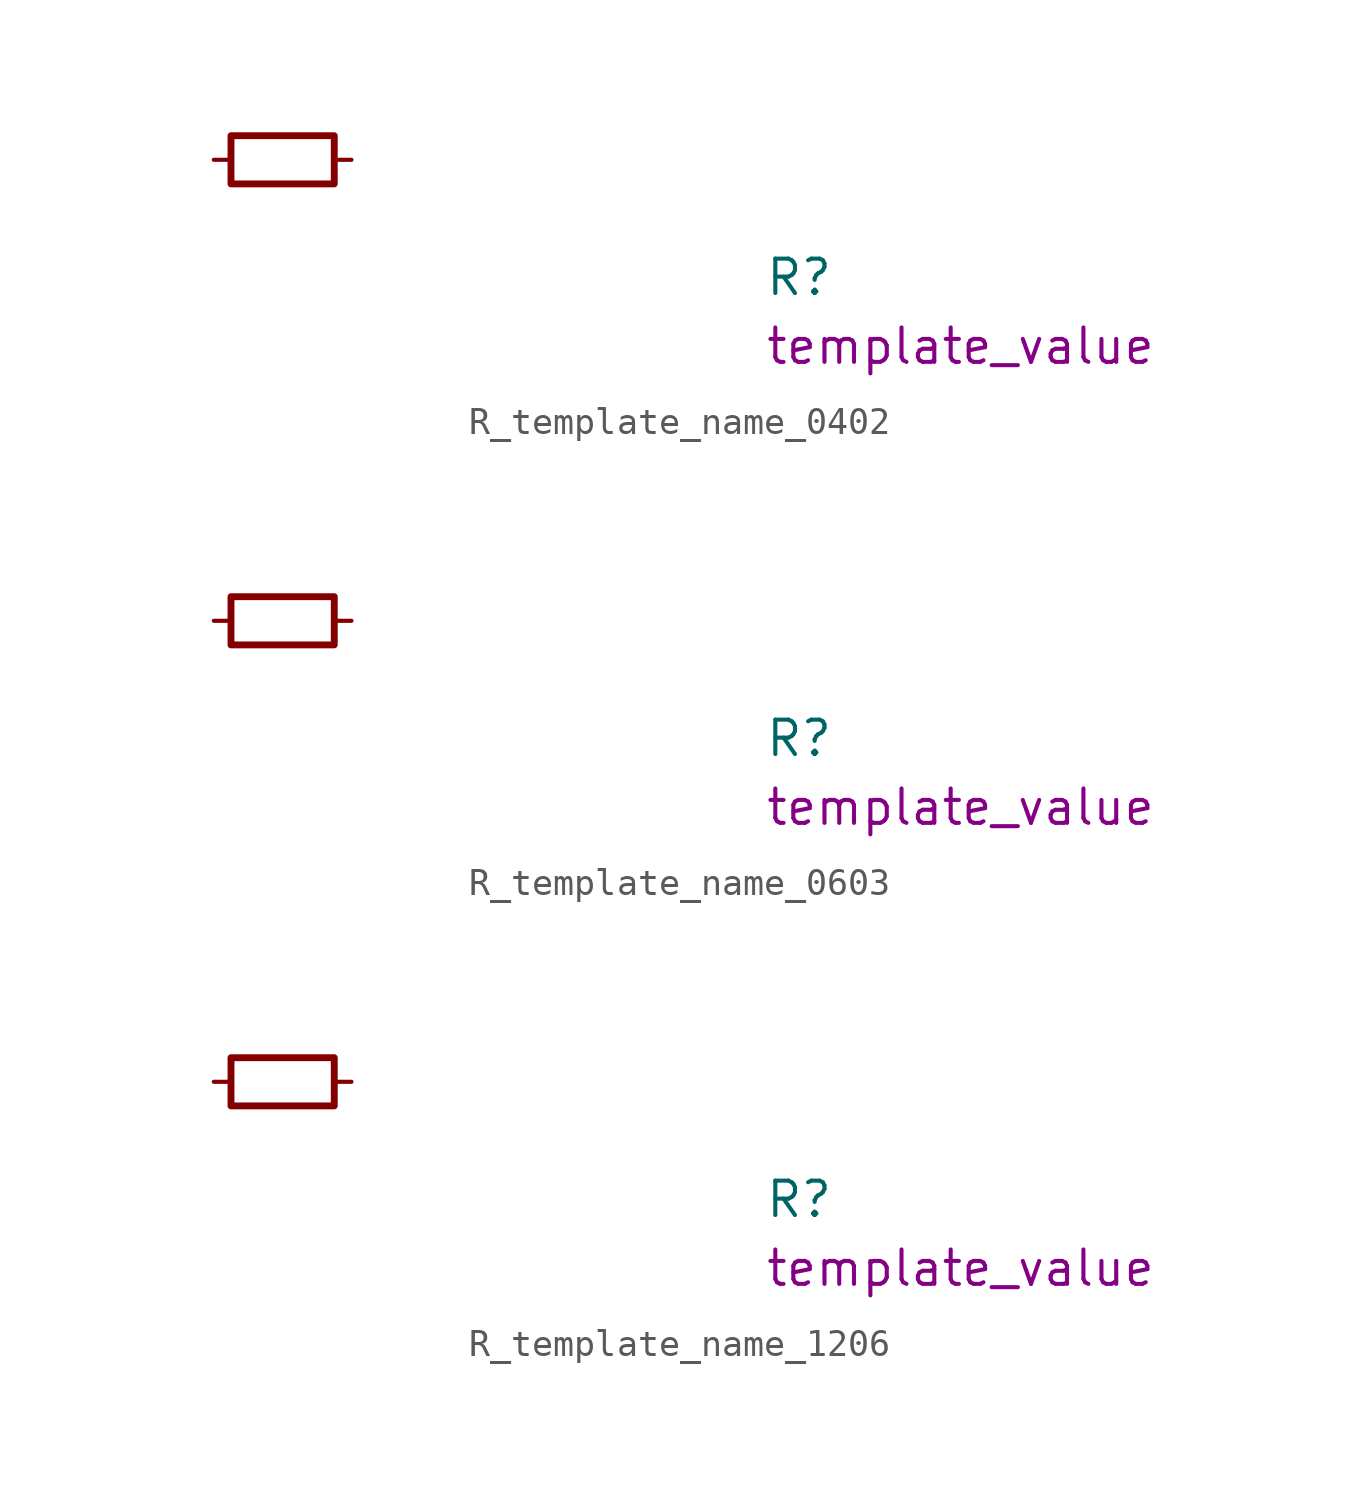
<source format=kicad_sym>
(kicad_symbol_lib
  (version 20211014)
  (generator kicad_symbol_editor)
  (symbol "R_template_name_0402"
    (pin_numbers hide)
    (pin_names hide)
    (property "Reference" "R"
      (at 20.32 -5.08 0)
      (effects (font (size 1.27 1.27) (thickness 0.15)) (justify left bottom)))
    (property "Val" "template_value"
      (at 20.32 -7.62 0)
      (effects (font (size 1.27 1.27) (thickness 0.15)) (justify left bottom)))
    (symbol "R_template_name_0402_0_1"
      (rectangle (start 0.635 0.889) (end 4.445 -0.889) (stroke (width 0.254) (type default) (color 0 0 0 0)) (fill (type none))))
    (symbol "R_template_name_0402_1_1"
      (pin passive line (at 0 0 0) (length 0.635) (name "~" (effects (font (size 1.27 1.27)))) (number "1" (effects (font (size 1.27 1.27)))))
      (pin passive line (at 5.08 0 180) (length 0.635) (name "~" (effects (font (size 1.27 1.27)))) (number "2" (effects (font (size 1.27 1.27)))))))
  (symbol "R_template_name_0603"
    (pin_numbers hide)
    (pin_names hide)
    (property "Reference" "R"
      (at 20.32 -5.08 0)
      (effects (font (size 1.27 1.27) (thickness 0.15)) (justify left bottom)))
    (property "Val" "template_value"
      (at 20.32 -7.62 0)
      (effects (font (size 1.27 1.27) (thickness 0.15)) (justify left bottom)))
    (symbol "R_template_name_0603_0_1"
      (rectangle (start 0.635 0.889) (end 4.445 -0.889) (stroke (width 0.254) (type default) (color 0 0 0 0)) (fill (type none))))
    (symbol "R_template_name_0603_1_1"
      (pin passive line (at 0 0 0) (length 0.635) (name "~" (effects (font (size 1.27 1.27)))) (number "1" (effects (font (size 1.27 1.27)))))
      (pin passive line (at 5.08 0 180) (length 0.635) (name "~" (effects (font (size 1.27 1.27)))) (number "2" (effects (font (size 1.27 1.27)))))))
  (symbol "R_template_name_1206"
    (pin_numbers hide)
    (pin_names hide)
    (property "Reference" "R"
      (at 20.32 -5.08 0)
      (effects (font (size 1.27 1.27) (thickness 0.15)) (justify left bottom)))
    (property "Val" "template_value"
      (at 20.32 -7.62 0)
      (effects (font (size 1.27 1.27) (thickness 0.15)) (justify left bottom)))
    (symbol "R_template_name_1206_0_1"
      (rectangle (start 0.635 0.889) (end 4.445 -0.889) (stroke (width 0.254) (type default) (color 0 0 0 0)) (fill (type none))))
    (symbol "R_template_name_1206_1_1"
      (pin passive line (at 0 0 0) (length 0.635) (name "~" (effects (font (size 1.27 1.27)))) (number "1" (effects (font (size 1.27 1.27)))))
      (pin passive line (at 5.08 0 180) (length 0.635) (name "~" (effects (font (size 1.27 1.27)))) (number "2" (effects (font (size 1.27 1.27))))))))
</source>
